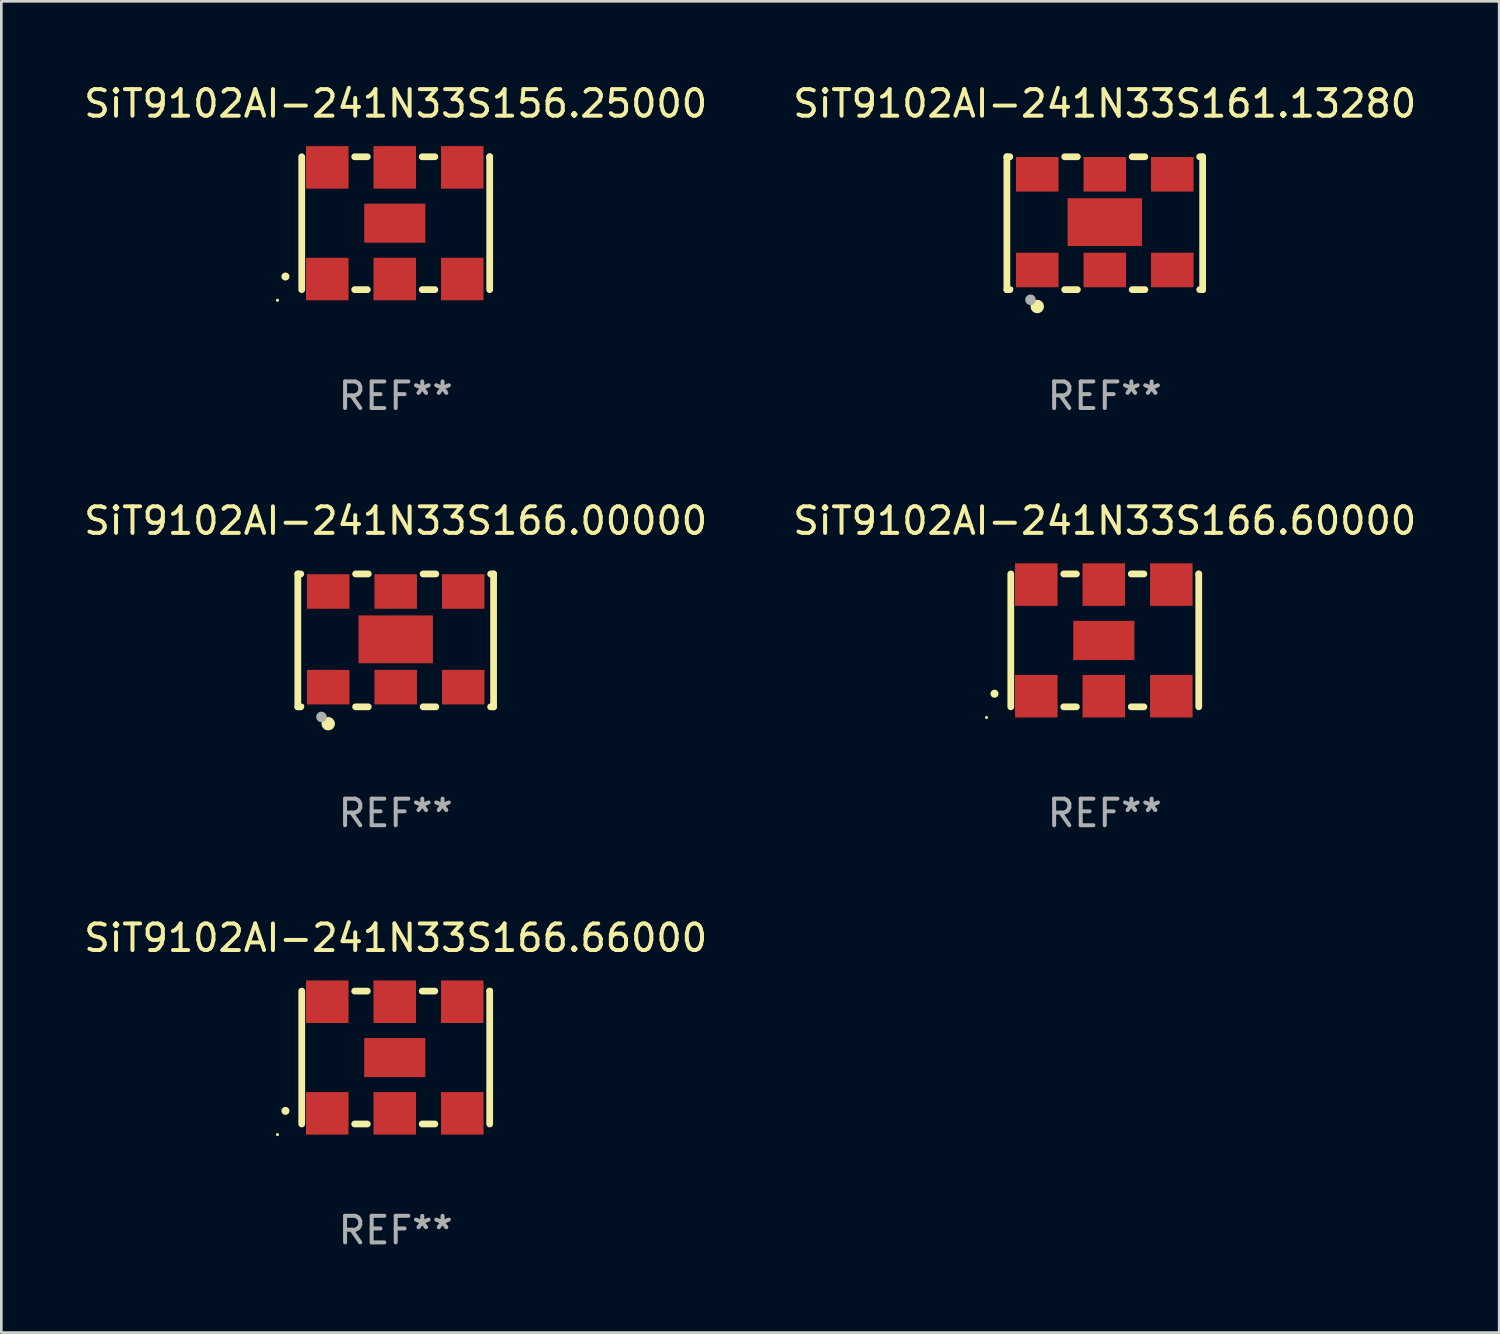
<source format=kicad_pcb>
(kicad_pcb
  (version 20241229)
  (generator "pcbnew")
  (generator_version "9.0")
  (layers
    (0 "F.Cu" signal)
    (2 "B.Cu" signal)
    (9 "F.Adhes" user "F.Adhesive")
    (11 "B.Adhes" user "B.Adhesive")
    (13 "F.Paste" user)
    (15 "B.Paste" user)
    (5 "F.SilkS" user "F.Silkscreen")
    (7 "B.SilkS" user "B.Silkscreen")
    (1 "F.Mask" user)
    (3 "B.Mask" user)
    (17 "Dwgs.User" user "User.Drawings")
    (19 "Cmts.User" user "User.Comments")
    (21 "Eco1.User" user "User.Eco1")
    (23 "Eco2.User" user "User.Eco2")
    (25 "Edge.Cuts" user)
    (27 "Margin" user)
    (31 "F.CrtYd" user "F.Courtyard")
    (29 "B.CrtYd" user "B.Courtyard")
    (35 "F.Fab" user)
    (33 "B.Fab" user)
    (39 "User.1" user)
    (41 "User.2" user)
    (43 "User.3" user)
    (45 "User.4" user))
  (footprint "SiT9102AI-241N33S156.25000"
    (layer "F.Cu")
    (at 11.839 5.348)
    (property "Reference" "SiT9102AI-241N33S156.25000" (at 0 -4.5 0) (layer "F.SilkS") (effects (font (size 1 1) (thickness 0.15))))
    (attr through_hole)
    (fp_line (start -3.536 -2.5) (end -3.536 2.5) (stroke (width 0.254) (type solid)) (layer "F.SilkS"))
    (fp_line (start -1.544 2.5) (end -1.067 2.5) (stroke (width 0.254) (type solid)) (layer "F.SilkS"))
    (fp_line (start -1.067 -2.5) (end -1.544 -2.5) (stroke (width 0.254) (type solid)) (layer "F.SilkS"))
    (fp_line (start 0.996 2.5) (end 1.473 2.5) (stroke (width 0.254) (type solid)) (layer "F.SilkS"))
    (fp_line (start 1.473 -2.5) (end 0.996 -2.5) (stroke (width 0.254) (type solid)) (layer "F.SilkS"))
    (fp_line (start 3.536 -2.5) (end 3.536 -2.5) (stroke (width 0.254) (type solid)) (layer "F.SilkS"))
    (fp_line (start 3.536 2.5) (end 3.536 -2.5) (stroke (width 0.254) (type solid)) (layer "F.SilkS"))
    (fp_arc (start -4.150432 2.006604) (mid -4.149162 2.006599) (end -4.147892 2.006604) (stroke (width 0.3) (type solid)) (layer "F.SilkS"))
    (fp_circle (center -4.449 2.9) (end -4.419 2.9) (stroke (width 0.06) (type solid)) (fill no) (layer "F.SilkS"))
    (fp_text user "REF**" (at 0 6.5 0) (layer "F.Fab") (effects (font (size 1 1) (thickness 0.15))))
    (pad "1" smd rect (at -2.576 2.1) (size 1.6 1.6) (layers "F.Cu" "F.Mask" "F.Paste"))
    (pad "2" smd rect (at -0.036 2.1) (size 1.6 1.6) (layers "F.Cu" "F.Mask" "F.Paste"))
    (pad "3" smd rect (at 2.504 2.1) (size 1.6 1.6) (layers "F.Cu" "F.Mask" "F.Paste"))
    (pad "4" smd rect (at 2.504 -2.1) (size 1.6 1.6) (layers "F.Cu" "F.Mask" "F.Paste"))
    (pad "5" smd rect (at -0.036 -2.1) (size 1.6 1.6) (layers "F.Cu" "F.Mask" "F.Paste"))
    (pad "6" smd rect (at -2.576 -2.1) (size 1.6 1.6) (layers "F.Cu" "F.Mask" "F.Paste"))
    (pad "7" smd rect (at -0.036 0) (size 2.3 1.47) (layers "F.Cu" "F.Mask" "F.Paste")))
  (footprint "SiT9102AI-241N33S166.60000"
    (layer "F.Cu")
    (at 38.518 21.045)
    (property "Reference" "SiT9102AI-241N33S166.60000" (at 0 -4.5 0) (layer "F.SilkS") (effects (font (size 1 1) (thickness 0.15))))
    (attr through_hole)
    (fp_line (start -3.536 -2.5) (end -3.536 2.5) (stroke (width 0.254) (type solid)) (layer "F.SilkS"))
    (fp_line (start -1.544 2.5) (end -1.067 2.5) (stroke (width 0.254) (type solid)) (layer "F.SilkS"))
    (fp_line (start -1.067 -2.5) (end -1.544 -2.5) (stroke (width 0.254) (type solid)) (layer "F.SilkS"))
    (fp_line (start 0.996 2.5) (end 1.473 2.5) (stroke (width 0.254) (type solid)) (layer "F.SilkS"))
    (fp_line (start 1.473 -2.5) (end 0.996 -2.5) (stroke (width 0.254) (type solid)) (layer "F.SilkS"))
    (fp_line (start 3.536 -2.5) (end 3.536 -2.5) (stroke (width 0.254) (type solid)) (layer "F.SilkS"))
    (fp_line (start 3.536 2.5) (end 3.536 -2.5) (stroke (width 0.254) (type solid)) (layer "F.SilkS"))
    (fp_arc (start -4.150432 2.006604) (mid -4.149162 2.006599) (end -4.147892 2.006604) (stroke (width 0.3) (type solid)) (layer "F.SilkS"))
    (fp_circle (center -4.449 2.9) (end -4.419 2.9) (stroke (width 0.06) (type solid)) (fill no) (layer "F.SilkS"))
    (fp_text user "REF**" (at 0 6.5 0) (layer "F.Fab") (effects (font (size 1 1) (thickness 0.15))))
    (pad "1" smd rect (at -2.576 2.1) (size 1.6 1.6) (layers "F.Cu" "F.Mask" "F.Paste"))
    (pad "2" smd rect (at -0.036 2.1) (size 1.6 1.6) (layers "F.Cu" "F.Mask" "F.Paste"))
    (pad "3" smd rect (at 2.504 2.1) (size 1.6 1.6) (layers "F.Cu" "F.Mask" "F.Paste"))
    (pad "4" smd rect (at 2.504 -2.1) (size 1.6 1.6) (layers "F.Cu" "F.Mask" "F.Paste"))
    (pad "5" smd rect (at -0.036 -2.1) (size 1.6 1.6) (layers "F.Cu" "F.Mask" "F.Paste"))
    (pad "6" smd rect (at -2.576 -2.1) (size 1.6 1.6) (layers "F.Cu" "F.Mask" "F.Paste"))
    (pad "7" smd rect (at -0.036 0) (size 2.3 1.47) (layers "F.Cu" "F.Mask" "F.Paste")))
  (footprint "SiT9102AI-241N33S166.00000"
    (layer "F.Cu")
    (at 11.839 21.045)
    (property "Reference" "SiT9102AI-241N33S166.00000" (at 0 -4.5 0) (layer "F.SilkS") (effects (font (size 1 1) (thickness 0.15))))
    (attr through_hole)
    (fp_line (start -3.683 -2.5) (end -3.571 -2.5) (stroke (width 0.254) (type solid)) (layer "F.SilkS"))
    (fp_line (start -3.683 2.5) (end -3.683 -2.5) (stroke (width 0.254) (type solid)) (layer "F.SilkS"))
    (fp_line (start -3.683 2.5) (end -3.571 2.5) (stroke (width 0.254) (type solid)) (layer "F.SilkS"))
    (fp_line (start -1.509 -2.5) (end -1.031 -2.5) (stroke (width 0.254) (type solid)) (layer "F.SilkS"))
    (fp_line (start -1.509 2.5) (end -1.031 2.5) (stroke (width 0.254) (type solid)) (layer "F.SilkS"))
    (fp_line (start 1.031 -2.5) (end 1.509 -2.5) (stroke (width 0.254) (type solid)) (layer "F.SilkS"))
    (fp_line (start 1.031 2.5) (end 1.509 2.5) (stroke (width 0.254) (type solid)) (layer "F.SilkS"))
    (fp_line (start 3.571 -2.5) (end 3.683 -2.5) (stroke (width 0.254) (type solid)) (layer "F.SilkS"))
    (fp_line (start 3.571 2.5) (end 3.683 2.5) (stroke (width 0.254) (type solid)) (layer "F.SilkS"))
    (fp_line (start 3.683 2.5) (end 3.683 -2.5) (stroke (width 0.254) (type solid)) (layer "F.SilkS"))
    (fp_circle (center -3.5 2.46) (end -3.47 2.46) (stroke (width 0.06) (type solid)) (fill no) (layer "F.SilkS"))
    (fp_circle (center -2.54 3.135) (end -2.413 3.135) (stroke (width 0.254) (type solid)) (fill no) (layer "F.SilkS"))
    (fp_circle (center -2.794 2.881) (end -2.694 2.881) (stroke (width 0.2) (type solid)) (fill no) (layer "F.Fab"))
    (fp_text user "REF**" (at 0 6.5 0) (layer "F.Fab") (effects (font (size 1 1) (thickness 0.15))))
    (pad "1" smd rect (at -2.54 1.76) (size 1.6 1.3) (layers "F.Cu" "F.Mask" "F.Paste"))
    (pad "2" smd rect (at 0 1.76) (size 1.6 1.3) (layers "F.Cu" "F.Mask" "F.Paste"))
    (pad "3" smd rect (at 2.54 1.76) (size 1.6 1.3) (layers "F.Cu" "F.Mask" "F.Paste"))
    (pad "4" smd rect (at 2.54 -1.84) (size 1.6 1.3) (layers "F.Cu" "F.Mask" "F.Paste"))
    (pad "5" smd rect (at 0 -1.84) (size 1.6 1.3) (layers "F.Cu" "F.Mask" "F.Paste"))
    (pad "6" smd rect (at -2.54 -1.84) (size 1.6 1.3) (layers "F.Cu" "F.Mask" "F.Paste"))
    (pad "7" smd rect (at 0 -0.04) (size 2.8 1.8) (layers "F.Cu" "F.Mask" "F.Paste")))
  (footprint "SiT9102AI-241N33S166.66000"
    (layer "F.Cu")
    (at 11.839 36.741)
    (property "Reference" "SiT9102AI-241N33S166.66000" (at 0 -4.5 0) (layer "F.SilkS") (effects (font (size 1 1) (thickness 0.15))))
    (attr through_hole)
    (fp_line (start -3.536 -2.5) (end -3.536 2.5) (stroke (width 0.254) (type solid)) (layer "F.SilkS"))
    (fp_line (start -1.544 2.5) (end -1.067 2.5) (stroke (width 0.254) (type solid)) (layer "F.SilkS"))
    (fp_line (start -1.067 -2.5) (end -1.544 -2.5) (stroke (width 0.254) (type solid)) (layer "F.SilkS"))
    (fp_line (start 0.996 2.5) (end 1.473 2.5) (stroke (width 0.254) (type solid)) (layer "F.SilkS"))
    (fp_line (start 1.473 -2.5) (end 0.996 -2.5) (stroke (width 0.254) (type solid)) (layer "F.SilkS"))
    (fp_line (start 3.536 -2.5) (end 3.536 -2.5) (stroke (width 0.254) (type solid)) (layer "F.SilkS"))
    (fp_line (start 3.536 2.5) (end 3.536 -2.5) (stroke (width 0.254) (type solid)) (layer "F.SilkS"))
    (fp_arc (start -4.150432 2.006604) (mid -4.149162 2.006599) (end -4.147892 2.006604) (stroke (width 0.3) (type solid)) (layer "F.SilkS"))
    (fp_circle (center -4.449 2.9) (end -4.419 2.9) (stroke (width 0.06) (type solid)) (fill no) (layer "F.SilkS"))
    (fp_text user "REF**" (at 0 6.5 0) (layer "F.Fab") (effects (font (size 1 1) (thickness 0.15))))
    (pad "1" smd rect (at -2.576 2.1) (size 1.6 1.6) (layers "F.Cu" "F.Mask" "F.Paste"))
    (pad "2" smd rect (at -0.036 2.1) (size 1.6 1.6) (layers "F.Cu" "F.Mask" "F.Paste"))
    (pad "3" smd rect (at 2.504 2.1) (size 1.6 1.6) (layers "F.Cu" "F.Mask" "F.Paste"))
    (pad "4" smd rect (at 2.504 -2.1) (size 1.6 1.6) (layers "F.Cu" "F.Mask" "F.Paste"))
    (pad "5" smd rect (at -0.036 -2.1) (size 1.6 1.6) (layers "F.Cu" "F.Mask" "F.Paste"))
    (pad "6" smd rect (at -2.576 -2.1) (size 1.6 1.6) (layers "F.Cu" "F.Mask" "F.Paste"))
    (pad "7" smd rect (at -0.036 0) (size 2.3 1.47) (layers "F.Cu" "F.Mask" "F.Paste")))
  (footprint "SiT9102AI-241N33S161.13280"
    (layer "F.Cu")
    (at 38.518 5.348)
    (property "Reference" "SiT9102AI-241N33S161.13280" (at 0 -4.5 0) (layer "F.SilkS") (effects (font (size 1 1) (thickness 0.15))))
    (attr through_hole)
    (fp_line (start -3.683 -2.5) (end -3.571 -2.5) (stroke (width 0.254) (type solid)) (layer "F.SilkS"))
    (fp_line (start -3.683 2.5) (end -3.683 -2.5) (stroke (width 0.254) (type solid)) (layer "F.SilkS"))
    (fp_line (start -3.683 2.5) (end -3.571 2.5) (stroke (width 0.254) (type solid)) (layer "F.SilkS"))
    (fp_line (start -1.509 -2.5) (end -1.031 -2.5) (stroke (width 0.254) (type solid)) (layer "F.SilkS"))
    (fp_line (start -1.509 2.5) (end -1.031 2.5) (stroke (width 0.254) (type solid)) (layer "F.SilkS"))
    (fp_line (start 1.031 -2.5) (end 1.509 -2.5) (stroke (width 0.254) (type solid)) (layer "F.SilkS"))
    (fp_line (start 1.031 2.5) (end 1.509 2.5) (stroke (width 0.254) (type solid)) (layer "F.SilkS"))
    (fp_line (start 3.571 -2.5) (end 3.683 -2.5) (stroke (width 0.254) (type solid)) (layer "F.SilkS"))
    (fp_line (start 3.571 2.5) (end 3.683 2.5) (stroke (width 0.254) (type solid)) (layer "F.SilkS"))
    (fp_line (start 3.683 2.5) (end 3.683 -2.5) (stroke (width 0.254) (type solid)) (layer "F.SilkS"))
    (fp_circle (center -3.5 2.46) (end -3.47 2.46) (stroke (width 0.06) (type solid)) (fill no) (layer "F.SilkS"))
    (fp_circle (center -2.54 3.135) (end -2.413 3.135) (stroke (width 0.254) (type solid)) (fill no) (layer "F.SilkS"))
    (fp_circle (center -2.794 2.881) (end -2.694 2.881) (stroke (width 0.2) (type solid)) (fill no) (layer "F.Fab"))
    (fp_text user "REF**" (at 0 6.5 0) (layer "F.Fab") (effects (font (size 1 1) (thickness 0.15))))
    (pad "1" smd rect (at -2.54 1.76) (size 1.6 1.3) (layers "F.Cu" "F.Mask" "F.Paste"))
    (pad "2" smd rect (at 0 1.76) (size 1.6 1.3) (layers "F.Cu" "F.Mask" "F.Paste"))
    (pad "3" smd rect (at 2.54 1.76) (size 1.6 1.3) (layers "F.Cu" "F.Mask" "F.Paste"))
    (pad "4" smd rect (at 2.54 -1.84) (size 1.6 1.3) (layers "F.Cu" "F.Mask" "F.Paste"))
    (pad "5" smd rect (at 0 -1.84) (size 1.6 1.3) (layers "F.Cu" "F.Mask" "F.Paste"))
    (pad "6" smd rect (at -2.54 -1.84) (size 1.6 1.3) (layers "F.Cu" "F.Mask" "F.Paste"))
    (pad "7" smd rect (at 0 -0.04) (size 2.8 1.8) (layers "F.Cu" "F.Mask" "F.Paste")))
  (gr_rect
    (start -3 -3)
    (end 53.357 47.09)
    (stroke (width 0.1) (type default))
    (fill no)
    (layer "Edge.Cuts")))
</source>
